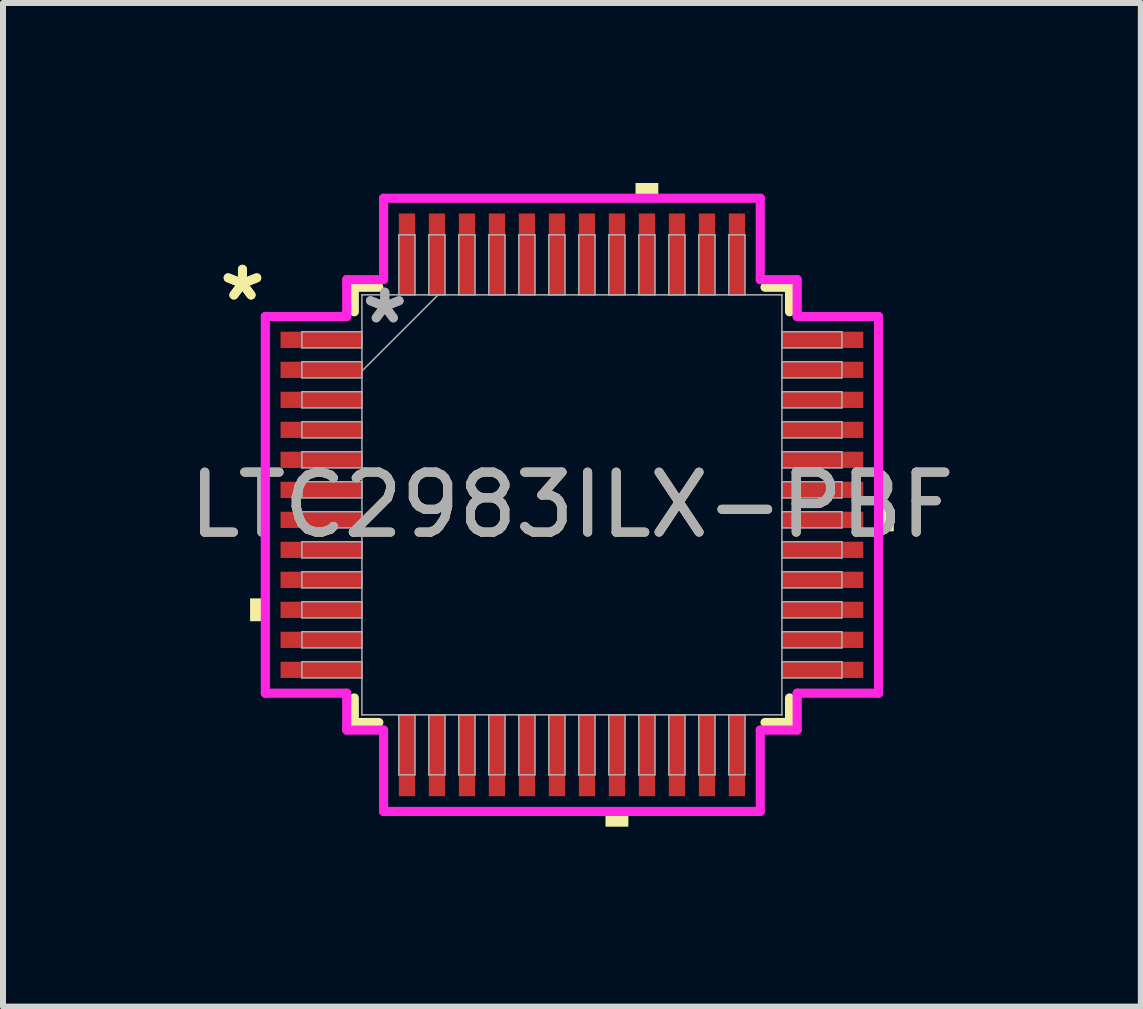
<source format=kicad_pcb>
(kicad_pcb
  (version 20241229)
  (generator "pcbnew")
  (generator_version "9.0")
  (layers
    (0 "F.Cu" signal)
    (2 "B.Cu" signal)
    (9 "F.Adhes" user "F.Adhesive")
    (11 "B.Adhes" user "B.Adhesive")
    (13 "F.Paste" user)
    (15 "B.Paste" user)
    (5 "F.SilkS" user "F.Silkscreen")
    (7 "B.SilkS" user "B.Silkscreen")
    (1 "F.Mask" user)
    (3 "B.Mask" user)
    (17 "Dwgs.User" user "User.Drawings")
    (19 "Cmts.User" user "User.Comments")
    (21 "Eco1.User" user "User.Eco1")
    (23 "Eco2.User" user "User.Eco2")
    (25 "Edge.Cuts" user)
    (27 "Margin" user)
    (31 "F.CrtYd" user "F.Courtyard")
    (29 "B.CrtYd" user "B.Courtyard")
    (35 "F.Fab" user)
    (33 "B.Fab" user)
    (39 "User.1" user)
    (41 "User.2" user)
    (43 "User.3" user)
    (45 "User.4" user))
  (footprint "LTC2983ILX-PBF"
    (layer "F.Cu")
    (at 6.482 5.364)
    (property "Reference" "LTC2983ILX-PBF" (at 0 0 0) (unlocked yes) (layer "F.SilkS") (effects (font (size 1 1) (thickness 0.15))))
    (attr smd)
    (fp_line (start -3.627 -3.627) (end -3.627 -3.218) (stroke (width 0.152) (type solid)) (layer "F.SilkS"))
    (fp_line (start -3.627 3.218) (end -3.627 3.627) (stroke (width 0.152) (type solid)) (layer "F.SilkS"))
    (fp_line (start -3.627 3.627) (end -3.218 3.627) (stroke (width 0.152) (type solid)) (layer "F.SilkS"))
    (fp_line (start -3.218 -3.627) (end -3.627 -3.627) (stroke (width 0.152) (type solid)) (layer "F.SilkS"))
    (fp_line (start 3.218 3.627) (end 3.627 3.627) (stroke (width 0.152) (type solid)) (layer "F.SilkS"))
    (fp_line (start 3.627 -3.627) (end 3.218 -3.627) (stroke (width 0.152) (type solid)) (layer "F.SilkS"))
    (fp_line (start 3.627 -3.218) (end 3.627 -3.627) (stroke (width 0.152) (type solid)) (layer "F.SilkS"))
    (fp_line (start 3.627 3.627) (end 3.627 3.218) (stroke (width 0.152) (type solid)) (layer "F.SilkS"))
    (fp_poly (pts (xy -5.364 1.559) (xy -5.364 1.94) (xy -5.11 1.94) (xy -5.11 1.559)) (stroke (width 0) (type solid)) (fill yes) (layer "F.SilkS"))
    (fp_poly (pts (xy 0.56 5.11) (xy 0.56 5.364) (xy 0.941 5.364) (xy 0.941 5.11)) (stroke (width 0) (type solid)) (fill yes) (layer "F.SilkS"))
    (fp_poly (pts (xy 1.06 -5.11) (xy 1.06 -5.364) (xy 1.44 -5.364) (xy 1.44 -5.11)) (stroke (width 0) (type solid)) (fill yes) (layer "F.SilkS"))
    (fp_poly (pts (xy 5.364 0.059) (xy 5.364 0.441) (xy 5.11 0.441) (xy 5.11 0.059)) (stroke (width 0) (type solid)) (fill yes) (layer "F.SilkS"))
    (fp_line (start -5.11 -3.139) (end -3.754 -3.139) (stroke (width 0.152) (type solid)) (layer "F.CrtYd"))
    (fp_line (start -5.11 3.139) (end -5.11 -3.139) (stroke (width 0.152) (type solid)) (layer "F.CrtYd"))
    (fp_line (start -3.754 -3.754) (end -3.139 -3.754) (stroke (width 0.152) (type solid)) (layer "F.CrtYd"))
    (fp_line (start -3.754 -3.139) (end -3.754 -3.754) (stroke (width 0.152) (type solid)) (layer "F.CrtYd"))
    (fp_line (start -3.754 3.139) (end -5.11 3.139) (stroke (width 0.152) (type solid)) (layer "F.CrtYd"))
    (fp_line (start -3.754 3.754) (end -3.754 3.139) (stroke (width 0.152) (type solid)) (layer "F.CrtYd"))
    (fp_line (start -3.754 3.754) (end -3.139 3.754) (stroke (width 0.152) (type solid)) (layer "F.CrtYd"))
    (fp_line (start -3.139 -5.11) (end 3.139 -5.11) (stroke (width 0.152) (type solid)) (layer "F.CrtYd"))
    (fp_line (start -3.139 -3.754) (end -3.139 -5.11) (stroke (width 0.152) (type solid)) (layer "F.CrtYd"))
    (fp_line (start -3.139 3.754) (end -3.139 5.11) (stroke (width 0.152) (type solid)) (layer "F.CrtYd"))
    (fp_line (start -3.139 5.11) (end 3.139 5.11) (stroke (width 0.152) (type solid)) (layer "F.CrtYd"))
    (fp_line (start 3.139 -5.11) (end 3.139 -3.754) (stroke (width 0.152) (type solid)) (layer "F.CrtYd"))
    (fp_line (start 3.139 -3.754) (end 3.754 -3.754) (stroke (width 0.152) (type solid)) (layer "F.CrtYd"))
    (fp_line (start 3.139 3.754) (end 3.754 3.754) (stroke (width 0.152) (type solid)) (layer "F.CrtYd"))
    (fp_line (start 3.139 5.11) (end 3.139 3.754) (stroke (width 0.152) (type solid)) (layer "F.CrtYd"))
    (fp_line (start 3.754 -3.139) (end 3.754 -3.754) (stroke (width 0.152) (type solid)) (layer "F.CrtYd"))
    (fp_line (start 3.754 3.139) (end 5.11 3.139) (stroke (width 0.152) (type solid)) (layer "F.CrtYd"))
    (fp_line (start 3.754 3.754) (end 3.754 3.139) (stroke (width 0.152) (type solid)) (layer "F.CrtYd"))
    (fp_line (start 5.11 -3.139) (end 3.754 -3.139) (stroke (width 0.152) (type solid)) (layer "F.CrtYd"))
    (fp_line (start 5.11 3.139) (end 5.11 -3.139) (stroke (width 0.152) (type solid)) (layer "F.CrtYd"))
    (fp_line (start -4.5 -2.885) (end -4.5 -2.615) (stroke (width 0.025) (type solid)) (layer "F.Fab"))
    (fp_line (start -4.5 -2.615) (end -3.5 -2.615) (stroke (width 0.025) (type solid)) (layer "F.Fab"))
    (fp_line (start -4.5 -2.385) (end -4.5 -2.115) (stroke (width 0.025) (type solid)) (layer "F.Fab"))
    (fp_line (start -4.5 -2.115) (end -3.5 -2.115) (stroke (width 0.025) (type solid)) (layer "F.Fab"))
    (fp_line (start -4.5 -1.885) (end -4.5 -1.615) (stroke (width 0.025) (type solid)) (layer "F.Fab"))
    (fp_line (start -4.5 -1.615) (end -3.5 -1.615) (stroke (width 0.025) (type solid)) (layer "F.Fab"))
    (fp_line (start -4.5 -1.385) (end -4.5 -1.115) (stroke (width 0.025) (type solid)) (layer "F.Fab"))
    (fp_line (start -4.5 -1.115) (end -3.5 -1.115) (stroke (width 0.025) (type solid)) (layer "F.Fab"))
    (fp_line (start -4.5 -0.885) (end -4.5 -0.615) (stroke (width 0.025) (type solid)) (layer "F.Fab"))
    (fp_line (start -4.5 -0.615) (end -3.5 -0.615) (stroke (width 0.025) (type solid)) (layer "F.Fab"))
    (fp_line (start -4.5 -0.385) (end -4.5 -0.115) (stroke (width 0.025) (type solid)) (layer "F.Fab"))
    (fp_line (start -4.5 -0.115) (end -3.5 -0.115) (stroke (width 0.025) (type solid)) (layer "F.Fab"))
    (fp_line (start -4.5 0.115) (end -4.5 0.385) (stroke (width 0.025) (type solid)) (layer "F.Fab"))
    (fp_line (start -4.5 0.385) (end -3.5 0.385) (stroke (width 0.025) (type solid)) (layer "F.Fab"))
    (fp_line (start -4.5 0.615) (end -4.5 0.885) (stroke (width 0.025) (type solid)) (layer "F.Fab"))
    (fp_line (start -4.5 0.885) (end -3.5 0.885) (stroke (width 0.025) (type solid)) (layer "F.Fab"))
    (fp_line (start -4.5 1.115) (end -4.5 1.385) (stroke (width 0.025) (type solid)) (layer "F.Fab"))
    (fp_line (start -4.5 1.385) (end -3.5 1.385) (stroke (width 0.025) (type solid)) (layer "F.Fab"))
    (fp_line (start -4.5 1.615) (end -4.5 1.885) (stroke (width 0.025) (type solid)) (layer "F.Fab"))
    (fp_line (start -4.5 1.885) (end -3.5 1.885) (stroke (width 0.025) (type solid)) (layer "F.Fab"))
    (fp_line (start -4.5 2.115) (end -4.5 2.385) (stroke (width 0.025) (type solid)) (layer "F.Fab"))
    (fp_line (start -4.5 2.385) (end -3.5 2.385) (stroke (width 0.025) (type solid)) (layer "F.Fab"))
    (fp_line (start -4.5 2.615) (end -4.5 2.885) (stroke (width 0.025) (type solid)) (layer "F.Fab"))
    (fp_line (start -4.5 2.885) (end -3.5 2.885) (stroke (width 0.025) (type solid)) (layer "F.Fab"))
    (fp_line (start -3.5 -3.5) (end -3.5 -3.5) (stroke (width 0.025) (type solid)) (layer "F.Fab"))
    (fp_line (start -3.5 -3.5) (end -3.5 3.5) (stroke (width 0.025) (type solid)) (layer "F.Fab"))
    (fp_line (start -3.5 3.5) (end -3.5 3.5) (stroke (width 0.025) (type solid)) (layer "F.Fab"))
    (fp_line (start -3.5 3.5) (end 3.5 3.5) (stroke (width 0.025) (type solid)) (layer "F.Fab"))
    (fp_line (start -3.5 -2.885) (end -4.5 -2.885) (stroke (width 0.025) (type solid)) (layer "F.Fab"))
    (fp_line (start -3.5 -2.615) (end -3.5 -2.885) (stroke (width 0.025) (type solid)) (layer "F.Fab"))
    (fp_line (start -3.5 -2.385) (end -4.5 -2.385) (stroke (width 0.025) (type solid)) (layer "F.Fab"))
    (fp_line (start -3.5 -2.23) (end -2.23 -3.5) (stroke (width 0.025) (type solid)) (layer "F.Fab"))
    (fp_line (start -3.5 -2.115) (end -3.5 -2.385) (stroke (width 0.025) (type solid)) (layer "F.Fab"))
    (fp_line (start -3.5 -1.885) (end -4.5 -1.885) (stroke (width 0.025) (type solid)) (layer "F.Fab"))
    (fp_line (start -3.5 -1.615) (end -3.5 -1.885) (stroke (width 0.025) (type solid)) (layer "F.Fab"))
    (fp_line (start -3.5 -1.385) (end -4.5 -1.385) (stroke (width 0.025) (type solid)) (layer "F.Fab"))
    (fp_line (start -3.5 -1.115) (end -3.5 -1.385) (stroke (width 0.025) (type solid)) (layer "F.Fab"))
    (fp_line (start -3.5 -0.885) (end -4.5 -0.885) (stroke (width 0.025) (type solid)) (layer "F.Fab"))
    (fp_line (start -3.5 -0.615) (end -3.5 -0.885) (stroke (width 0.025) (type solid)) (layer "F.Fab"))
    (fp_line (start -3.5 -0.385) (end -4.5 -0.385) (stroke (width 0.025) (type solid)) (layer "F.Fab"))
    (fp_line (start -3.5 -0.115) (end -3.5 -0.385) (stroke (width 0.025) (type solid)) (layer "F.Fab"))
    (fp_line (start -3.5 0.115) (end -4.5 0.115) (stroke (width 0.025) (type solid)) (layer "F.Fab"))
    (fp_line (start -3.5 0.385) (end -3.5 0.115) (stroke (width 0.025) (type solid)) (layer "F.Fab"))
    (fp_line (start -3.5 0.615) (end -4.5 0.615) (stroke (width 0.025) (type solid)) (layer "F.Fab"))
    (fp_line (start -3.5 0.885) (end -3.5 0.615) (stroke (width 0.025) (type solid)) (layer "F.Fab"))
    (fp_line (start -3.5 1.115) (end -4.5 1.115) (stroke (width 0.025) (type solid)) (layer "F.Fab"))
    (fp_line (start -3.5 1.385) (end -3.5 1.115) (stroke (width 0.025) (type solid)) (layer "F.Fab"))
    (fp_line (start -3.5 1.615) (end -4.5 1.615) (stroke (width 0.025) (type solid)) (layer "F.Fab"))
    (fp_line (start -3.5 1.885) (end -3.5 1.615) (stroke (width 0.025) (type solid)) (layer "F.Fab"))
    (fp_line (start -3.5 2.115) (end -4.5 2.115) (stroke (width 0.025) (type solid)) (layer "F.Fab"))
    (fp_line (start -3.5 2.385) (end -3.5 2.115) (stroke (width 0.025) (type solid)) (layer "F.Fab"))
    (fp_line (start -3.5 2.615) (end -4.5 2.615) (stroke (width 0.025) (type solid)) (layer "F.Fab"))
    (fp_line (start -3.5 2.885) (end -3.5 2.615) (stroke (width 0.025) (type solid)) (layer "F.Fab"))
    (fp_line (start -2.885 -4.5) (end -2.885 -3.5) (stroke (width 0.025) (type solid)) (layer "F.Fab"))
    (fp_line (start -2.885 -3.5) (end -2.615 -3.5) (stroke (width 0.025) (type solid)) (layer "F.Fab"))
    (fp_line (start -2.885 3.5) (end -2.885 4.5) (stroke (width 0.025) (type solid)) (layer "F.Fab"))
    (fp_line (start -2.885 4.5) (end -2.615 4.5) (stroke (width 0.025) (type solid)) (layer "F.Fab"))
    (fp_line (start -2.615 -4.5) (end -2.885 -4.5) (stroke (width 0.025) (type solid)) (layer "F.Fab"))
    (fp_line (start -2.615 -3.5) (end -2.615 -4.5) (stroke (width 0.025) (type solid)) (layer "F.Fab"))
    (fp_line (start -2.615 3.5) (end -2.885 3.5) (stroke (width 0.025) (type solid)) (layer "F.Fab"))
    (fp_line (start -2.615 4.5) (end -2.615 3.5) (stroke (width 0.025) (type solid)) (layer "F.Fab"))
    (fp_line (start -2.385 -4.5) (end -2.385 -3.5) (stroke (width 0.025) (type solid)) (layer "F.Fab"))
    (fp_line (start -2.385 -3.5) (end -2.115 -3.5) (stroke (width 0.025) (type solid)) (layer "F.Fab"))
    (fp_line (start -2.385 3.5) (end -2.385 4.5) (stroke (width 0.025) (type solid)) (layer "F.Fab"))
    (fp_line (start -2.385 4.5) (end -2.115 4.5) (stroke (width 0.025) (type solid)) (layer "F.Fab"))
    (fp_line (start -2.115 -4.5) (end -2.385 -4.5) (stroke (width 0.025) (type solid)) (layer "F.Fab"))
    (fp_line (start -2.115 -3.5) (end -2.115 -4.5) (stroke (width 0.025) (type solid)) (layer "F.Fab"))
    (fp_line (start -2.115 3.5) (end -2.385 3.5) (stroke (width 0.025) (type solid)) (layer "F.Fab"))
    (fp_line (start -2.115 4.5) (end -2.115 3.5) (stroke (width 0.025) (type solid)) (layer "F.Fab"))
    (fp_line (start -1.885 -4.5) (end -1.885 -3.5) (stroke (width 0.025) (type solid)) (layer "F.Fab"))
    (fp_line (start -1.885 -3.5) (end -1.615 -3.5) (stroke (width 0.025) (type solid)) (layer "F.Fab"))
    (fp_line (start -1.885 3.5) (end -1.885 4.5) (stroke (width 0.025) (type solid)) (layer "F.Fab"))
    (fp_line (start -1.885 4.5) (end -1.615 4.5) (stroke (width 0.025) (type solid)) (layer "F.Fab"))
    (fp_line (start -1.615 -4.5) (end -1.885 -4.5) (stroke (width 0.025) (type solid)) (layer "F.Fab"))
    (fp_line (start -1.615 -3.5) (end -1.615 -4.5) (stroke (width 0.025) (type solid)) (layer "F.Fab"))
    (fp_line (start -1.615 3.5) (end -1.885 3.5) (stroke (width 0.025) (type solid)) (layer "F.Fab"))
    (fp_line (start -1.615 4.5) (end -1.615 3.5) (stroke (width 0.025) (type solid)) (layer "F.Fab"))
    (fp_line (start -1.385 -4.5) (end -1.385 -3.5) (stroke (width 0.025) (type solid)) (layer "F.Fab"))
    (fp_line (start -1.385 -3.5) (end -1.115 -3.5) (stroke (width 0.025) (type solid)) (layer "F.Fab"))
    (fp_line (start -1.385 3.5) (end -1.385 4.5) (stroke (width 0.025) (type solid)) (layer "F.Fab"))
    (fp_line (start -1.385 4.5) (end -1.115 4.5) (stroke (width 0.025) (type solid)) (layer "F.Fab"))
    (fp_line (start -1.115 -4.5) (end -1.385 -4.5) (stroke (width 0.025) (type solid)) (layer "F.Fab"))
    (fp_line (start -1.115 -3.5) (end -1.115 -4.5) (stroke (width 0.025) (type solid)) (layer "F.Fab"))
    (fp_line (start -1.115 3.5) (end -1.385 3.5) (stroke (width 0.025) (type solid)) (layer "F.Fab"))
    (fp_line (start -1.115 4.5) (end -1.115 3.5) (stroke (width 0.025) (type solid)) (layer "F.Fab"))
    (fp_line (start -0.885 -4.5) (end -0.885 -3.5) (stroke (width 0.025) (type solid)) (layer "F.Fab"))
    (fp_line (start -0.885 -3.5) (end -0.615 -3.5) (stroke (width 0.025) (type solid)) (layer "F.Fab"))
    (fp_line (start -0.885 3.5) (end -0.885 4.5) (stroke (width 0.025) (type solid)) (layer "F.Fab"))
    (fp_line (start -0.885 4.5) (end -0.615 4.5) (stroke (width 0.025) (type solid)) (layer "F.Fab"))
    (fp_line (start -0.615 -4.5) (end -0.885 -4.5) (stroke (width 0.025) (type solid)) (layer "F.Fab"))
    (fp_line (start -0.615 -3.5) (end -0.615 -4.5) (stroke (width 0.025) (type solid)) (layer "F.Fab"))
    (fp_line (start -0.615 3.5) (end -0.885 3.5) (stroke (width 0.025) (type solid)) (layer "F.Fab"))
    (fp_line (start -0.615 4.5) (end -0.615 3.5) (stroke (width 0.025) (type solid)) (layer "F.Fab"))
    (fp_line (start -0.385 -4.5) (end -0.385 -3.5) (stroke (width 0.025) (type solid)) (layer "F.Fab"))
    (fp_line (start -0.385 -3.5) (end -0.115 -3.5) (stroke (width 0.025) (type solid)) (layer "F.Fab"))
    (fp_line (start -0.385 3.5) (end -0.385 4.5) (stroke (width 0.025) (type solid)) (layer "F.Fab"))
    (fp_line (start -0.385 4.5) (end -0.115 4.5) (stroke (width 0.025) (type solid)) (layer "F.Fab"))
    (fp_line (start -0.115 -4.5) (end -0.385 -4.5) (stroke (width 0.025) (type solid)) (layer "F.Fab"))
    (fp_line (start -0.115 -3.5) (end -0.115 -4.5) (stroke (width 0.025) (type solid)) (layer "F.Fab"))
    (fp_line (start -0.115 3.5) (end -0.385 3.5) (stroke (width 0.025) (type solid)) (layer "F.Fab"))
    (fp_line (start -0.115 4.5) (end -0.115 3.5) (stroke (width 0.025) (type solid)) (layer "F.Fab"))
    (fp_line (start 0.115 -4.5) (end 0.115 -3.5) (stroke (width 0.025) (type solid)) (layer "F.Fab"))
    (fp_line (start 0.115 -3.5) (end 0.385 -3.5) (stroke (width 0.025) (type solid)) (layer "F.Fab"))
    (fp_line (start 0.115 3.5) (end 0.115 4.5) (stroke (width 0.025) (type solid)) (layer "F.Fab"))
    (fp_line (start 0.115 4.5) (end 0.385 4.5) (stroke (width 0.025) (type solid)) (layer "F.Fab"))
    (fp_line (start 0.385 -4.5) (end 0.115 -4.5) (stroke (width 0.025) (type solid)) (layer "F.Fab"))
    (fp_line (start 0.385 -3.5) (end 0.385 -4.5) (stroke (width 0.025) (type solid)) (layer "F.Fab"))
    (fp_line (start 0.385 3.5) (end 0.115 3.5) (stroke (width 0.025) (type solid)) (layer "F.Fab"))
    (fp_line (start 0.385 4.5) (end 0.385 3.5) (stroke (width 0.025) (type solid)) (layer "F.Fab"))
    (fp_line (start 0.615 -4.5) (end 0.615 -3.5) (stroke (width 0.025) (type solid)) (layer "F.Fab"))
    (fp_line (start 0.615 -3.5) (end 0.885 -3.5) (stroke (width 0.025) (type solid)) (layer "F.Fab"))
    (fp_line (start 0.615 3.5) (end 0.615 4.5) (stroke (width 0.025) (type solid)) (layer "F.Fab"))
    (fp_line (start 0.615 4.5) (end 0.885 4.5) (stroke (width 0.025) (type solid)) (layer "F.Fab"))
    (fp_line (start 0.885 -4.5) (end 0.615 -4.5) (stroke (width 0.025) (type solid)) (layer "F.Fab"))
    (fp_line (start 0.885 -3.5) (end 0.885 -4.5) (stroke (width 0.025) (type solid)) (layer "F.Fab"))
    (fp_line (start 0.885 3.5) (end 0.615 3.5) (stroke (width 0.025) (type solid)) (layer "F.Fab"))
    (fp_line (start 0.885 4.5) (end 0.885 3.5) (stroke (width 0.025) (type solid)) (layer "F.Fab"))
    (fp_line (start 1.115 -4.5) (end 1.115 -3.5) (stroke (width 0.025) (type solid)) (layer "F.Fab"))
    (fp_line (start 1.115 -3.5) (end 1.385 -3.5) (stroke (width 0.025) (type solid)) (layer "F.Fab"))
    (fp_line (start 1.115 3.5) (end 1.115 4.5) (stroke (width 0.025) (type solid)) (layer "F.Fab"))
    (fp_line (start 1.115 4.5) (end 1.385 4.5) (stroke (width 0.025) (type solid)) (layer "F.Fab"))
    (fp_line (start 1.385 -4.5) (end 1.115 -4.5) (stroke (width 0.025) (type solid)) (layer "F.Fab"))
    (fp_line (start 1.385 -3.5) (end 1.385 -4.5) (stroke (width 0.025) (type solid)) (layer "F.Fab"))
    (fp_line (start 1.385 3.5) (end 1.115 3.5) (stroke (width 0.025) (type solid)) (layer "F.Fab"))
    (fp_line (start 1.385 4.5) (end 1.385 3.5) (stroke (width 0.025) (type solid)) (layer "F.Fab"))
    (fp_line (start 1.615 -4.5) (end 1.615 -3.5) (stroke (width 0.025) (type solid)) (layer "F.Fab"))
    (fp_line (start 1.615 -3.5) (end 1.885 -3.5) (stroke (width 0.025) (type solid)) (layer "F.Fab"))
    (fp_line (start 1.615 3.5) (end 1.615 4.5) (stroke (width 0.025) (type solid)) (layer "F.Fab"))
    (fp_line (start 1.615 4.5) (end 1.885 4.5) (stroke (width 0.025) (type solid)) (layer "F.Fab"))
    (fp_line (start 1.885 -4.5) (end 1.615 -4.5) (stroke (width 0.025) (type solid)) (layer "F.Fab"))
    (fp_line (start 1.885 -3.5) (end 1.885 -4.5) (stroke (width 0.025) (type solid)) (layer "F.Fab"))
    (fp_line (start 1.885 3.5) (end 1.615 3.5) (stroke (width 0.025) (type solid)) (layer "F.Fab"))
    (fp_line (start 1.885 4.5) (end 1.885 3.5) (stroke (width 0.025) (type solid)) (layer "F.Fab"))
    (fp_line (start 2.115 -4.5) (end 2.115 -3.5) (stroke (width 0.025) (type solid)) (layer "F.Fab"))
    (fp_line (start 2.115 -3.5) (end 2.385 -3.5) (stroke (width 0.025) (type solid)) (layer "F.Fab"))
    (fp_line (start 2.115 3.5) (end 2.115 4.5) (stroke (width 0.025) (type solid)) (layer "F.Fab"))
    (fp_line (start 2.115 4.5) (end 2.385 4.5) (stroke (width 0.025) (type solid)) (layer "F.Fab"))
    (fp_line (start 2.385 -4.5) (end 2.115 -4.5) (stroke (width 0.025) (type solid)) (layer "F.Fab"))
    (fp_line (start 2.385 -3.5) (end 2.385 -4.5) (stroke (width 0.025) (type solid)) (layer "F.Fab"))
    (fp_line (start 2.385 3.5) (end 2.115 3.5) (stroke (width 0.025) (type solid)) (layer "F.Fab"))
    (fp_line (start 2.385 4.5) (end 2.385 3.5) (stroke (width 0.025) (type solid)) (layer "F.Fab"))
    (fp_line (start 2.615 -4.5) (end 2.615 -3.5) (stroke (width 0.025) (type solid)) (layer "F.Fab"))
    (fp_line (start 2.615 -3.5) (end 2.885 -3.5) (stroke (width 0.025) (type solid)) (layer "F.Fab"))
    (fp_line (start 2.615 3.5) (end 2.615 4.5) (stroke (width 0.025) (type solid)) (layer "F.Fab"))
    (fp_line (start 2.615 4.5) (end 2.885 4.5) (stroke (width 0.025) (type solid)) (layer "F.Fab"))
    (fp_line (start 2.885 -4.5) (end 2.615 -4.5) (stroke (width 0.025) (type solid)) (layer "F.Fab"))
    (fp_line (start 2.885 -3.5) (end 2.885 -4.5) (stroke (width 0.025) (type solid)) (layer "F.Fab"))
    (fp_line (start 2.885 3.5) (end 2.615 3.5) (stroke (width 0.025) (type solid)) (layer "F.Fab"))
    (fp_line (start 2.885 4.5) (end 2.885 3.5) (stroke (width 0.025) (type solid)) (layer "F.Fab"))
    (fp_line (start 3.5 -2.885) (end 3.5 -2.615) (stroke (width 0.025) (type solid)) (layer "F.Fab"))
    (fp_line (start 3.5 -2.615) (end 4.5 -2.615) (stroke (width 0.025) (type solid)) (layer "F.Fab"))
    (fp_line (start 3.5 -2.385) (end 3.5 -2.115) (stroke (width 0.025) (type solid)) (layer "F.Fab"))
    (fp_line (start 3.5 -2.115) (end 4.5 -2.115) (stroke (width 0.025) (type solid)) (layer "F.Fab"))
    (fp_line (start 3.5 -1.885) (end 3.5 -1.615) (stroke (width 0.025) (type solid)) (layer "F.Fab"))
    (fp_line (start 3.5 -1.615) (end 4.5 -1.615) (stroke (width 0.025) (type solid)) (layer "F.Fab"))
    (fp_line (start 3.5 -1.385) (end 3.5 -1.115) (stroke (width 0.025) (type solid)) (layer "F.Fab"))
    (fp_line (start 3.5 -1.115) (end 4.5 -1.115) (stroke (width 0.025) (type solid)) (layer "F.Fab"))
    (fp_line (start 3.5 -0.885) (end 3.5 -0.615) (stroke (width 0.025) (type solid)) (layer "F.Fab"))
    (fp_line (start 3.5 -0.615) (end 4.5 -0.615) (stroke (width 0.025) (type solid)) (layer "F.Fab"))
    (fp_line (start 3.5 -0.385) (end 3.5 -0.115) (stroke (width 0.025) (type solid)) (layer "F.Fab"))
    (fp_line (start 3.5 -0.115) (end 4.5 -0.115) (stroke (width 0.025) (type solid)) (layer "F.Fab"))
    (fp_line (start 3.5 0.115) (end 3.5 0.385) (stroke (width 0.025) (type solid)) (layer "F.Fab"))
    (fp_line (start 3.5 0.385) (end 4.5 0.385) (stroke (width 0.025) (type solid)) (layer "F.Fab"))
    (fp_line (start 3.5 0.615) (end 3.5 0.885) (stroke (width 0.025) (type solid)) (layer "F.Fab"))
    (fp_line (start 3.5 0.885) (end 4.5 0.885) (stroke (width 0.025) (type solid)) (layer "F.Fab"))
    (fp_line (start 3.5 1.115) (end 3.5 1.385) (stroke (width 0.025) (type solid)) (layer "F.Fab"))
    (fp_line (start 3.5 1.385) (end 4.5 1.385) (stroke (width 0.025) (type solid)) (layer "F.Fab"))
    (fp_line (start 3.5 1.615) (end 3.5 1.885) (stroke (width 0.025) (type solid)) (layer "F.Fab"))
    (fp_line (start 3.5 1.885) (end 4.5 1.885) (stroke (width 0.025) (type solid)) (layer "F.Fab"))
    (fp_line (start 3.5 2.115) (end 3.5 2.385) (stroke (width 0.025) (type solid)) (layer "F.Fab"))
    (fp_line (start 3.5 2.385) (end 4.5 2.385) (stroke (width 0.025) (type solid)) (layer "F.Fab"))
    (fp_line (start 3.5 2.615) (end 3.5 2.885) (stroke (width 0.025) (type solid)) (layer "F.Fab"))
    (fp_line (start 3.5 2.885) (end 4.5 2.885) (stroke (width 0.025) (type solid)) (layer "F.Fab"))
    (fp_line (start 3.5 -3.5) (end -3.5 -3.5) (stroke (width 0.025) (type solid)) (layer "F.Fab"))
    (fp_line (start 3.5 -3.5) (end 3.5 -3.5) (stroke (width 0.025) (type solid)) (layer "F.Fab"))
    (fp_line (start 3.5 3.5) (end 3.5 -3.5) (stroke (width 0.025) (type solid)) (layer "F.Fab"))
    (fp_line (start 3.5 3.5) (end 3.5 3.5) (stroke (width 0.025) (type solid)) (layer "F.Fab"))
    (fp_line (start 4.5 -2.885) (end 3.5 -2.885) (stroke (width 0.025) (type solid)) (layer "F.Fab"))
    (fp_line (start 4.5 -2.615) (end 4.5 -2.885) (stroke (width 0.025) (type solid)) (layer "F.Fab"))
    (fp_line (start 4.5 -2.385) (end 3.5 -2.385) (stroke (width 0.025) (type solid)) (layer "F.Fab"))
    (fp_line (start 4.5 -2.115) (end 4.5 -2.385) (stroke (width 0.025) (type solid)) (layer "F.Fab"))
    (fp_line (start 4.5 -1.885) (end 3.5 -1.885) (stroke (width 0.025) (type solid)) (layer "F.Fab"))
    (fp_line (start 4.5 -1.615) (end 4.5 -1.885) (stroke (width 0.025) (type solid)) (layer "F.Fab"))
    (fp_line (start 4.5 -1.385) (end 3.5 -1.385) (stroke (width 0.025) (type solid)) (layer "F.Fab"))
    (fp_line (start 4.5 -1.115) (end 4.5 -1.385) (stroke (width 0.025) (type solid)) (layer "F.Fab"))
    (fp_line (start 4.5 -0.885) (end 3.5 -0.885) (stroke (width 0.025) (type solid)) (layer "F.Fab"))
    (fp_line (start 4.5 -0.615) (end 4.5 -0.885) (stroke (width 0.025) (type solid)) (layer "F.Fab"))
    (fp_line (start 4.5 -0.385) (end 3.5 -0.385) (stroke (width 0.025) (type solid)) (layer "F.Fab"))
    (fp_line (start 4.5 -0.115) (end 4.5 -0.385) (stroke (width 0.025) (type solid)) (layer "F.Fab"))
    (fp_line (start 4.5 0.115) (end 3.5 0.115) (stroke (width 0.025) (type solid)) (layer "F.Fab"))
    (fp_line (start 4.5 0.385) (end 4.5 0.115) (stroke (width 0.025) (type solid)) (layer "F.Fab"))
    (fp_line (start 4.5 0.615) (end 3.5 0.615) (stroke (width 0.025) (type solid)) (layer "F.Fab"))
    (fp_line (start 4.5 0.885) (end 4.5 0.615) (stroke (width 0.025) (type solid)) (layer "F.Fab"))
    (fp_line (start 4.5 1.115) (end 3.5 1.115) (stroke (width 0.025) (type solid)) (layer "F.Fab"))
    (fp_line (start 4.5 1.385) (end 4.5 1.115) (stroke (width 0.025) (type solid)) (layer "F.Fab"))
    (fp_line (start 4.5 1.615) (end 3.5 1.615) (stroke (width 0.025) (type solid)) (layer "F.Fab"))
    (fp_line (start 4.5 1.885) (end 4.5 1.615) (stroke (width 0.025) (type solid)) (layer "F.Fab"))
    (fp_line (start 4.5 2.115) (end 3.5 2.115) (stroke (width 0.025) (type solid)) (layer "F.Fab"))
    (fp_line (start 4.5 2.385) (end 4.5 2.115) (stroke (width 0.025) (type solid)) (layer "F.Fab"))
    (fp_line (start 4.5 2.615) (end 3.5 2.615) (stroke (width 0.025) (type solid)) (layer "F.Fab"))
    (fp_line (start 4.5 2.885) (end 4.5 2.615) (stroke (width 0.025) (type solid)) (layer "F.Fab"))
    (fp_text user "*" (at -5.491 -3.381 0) (unlocked yes) (layer "F.SilkS") (effects (font (size 1 1) (thickness 0.15))))
    (fp_text user "*" (at -5.491 -3.381 0) (layer "F.SilkS") (effects (font (size 1 1) (thickness 0.15))))
    (fp_text user "${REFERENCE}" (at 0 0 0) (unlocked yes) (layer "F.Fab") (effects (font (size 1 1) (thickness 0.15))))
    (fp_text user "*" (at -3.119 -3 0) (unlocked yes) (layer "F.Fab") (effects (font (size 1 1) (thickness 0.15))))
    (fp_text user "*" (at -3.119 -3 0) (layer "F.Fab") (effects (font (size 1 1) (thickness 0.15))))
    (pad "1" smd rect (at -4.178 -2.75 90) (size 0.27 1.356) (layers "F.Cu" "F.Mask" "F.Paste"))
    (pad "2" smd rect (at -4.178 -2.25 90) (size 0.27 1.356) (layers "F.Cu" "F.Mask" "F.Paste"))
    (pad "3" smd rect (at -4.178 -1.75 90) (size 0.27 1.356) (layers "F.Cu" "F.Mask" "F.Paste"))
    (pad "4" smd rect (at -4.178 -1.25 90) (size 0.27 1.356) (layers "F.Cu" "F.Mask" "F.Paste"))
    (pad "5" smd rect (at -4.178 -0.75 90) (size 0.27 1.356) (layers "F.Cu" "F.Mask" "F.Paste"))
    (pad "6" smd rect (at -4.178 -0.25 90) (size 0.27 1.356) (layers "F.Cu" "F.Mask" "F.Paste"))
    (pad "7" smd rect (at -4.178 0.25 90) (size 0.27 1.356) (layers "F.Cu" "F.Mask" "F.Paste"))
    (pad "8" smd rect (at -4.178 0.75 90) (size 0.27 1.356) (layers "F.Cu" "F.Mask" "F.Paste"))
    (pad "9" smd rect (at -4.178 1.25 90) (size 0.27 1.356) (layers "F.Cu" "F.Mask" "F.Paste"))
    (pad "10" smd rect (at -4.178 1.75 90) (size 0.27 1.356) (layers "F.Cu" "F.Mask" "F.Paste"))
    (pad "11" smd rect (at -4.178 2.25 90) (size 0.27 1.356) (layers "F.Cu" "F.Mask" "F.Paste"))
    (pad "12" smd rect (at -4.178 2.75 90) (size 0.27 1.356) (layers "F.Cu" "F.Mask" "F.Paste"))
    (pad "13" smd rect (at -2.75 4.178) (size 0.27 1.356) (layers "F.Cu" "F.Mask" "F.Paste"))
    (pad "14" smd rect (at -2.25 4.178) (size 0.27 1.356) (layers "F.Cu" "F.Mask" "F.Paste"))
    (pad "15" smd rect (at -1.75 4.178) (size 0.27 1.356) (layers "F.Cu" "F.Mask" "F.Paste"))
    (pad "16" smd rect (at -1.25 4.178) (size 0.27 1.356) (layers "F.Cu" "F.Mask" "F.Paste"))
    (pad "17" smd rect (at -0.75 4.178) (size 0.27 1.356) (layers "F.Cu" "F.Mask" "F.Paste"))
    (pad "18" smd rect (at -0.25 4.178) (size 0.27 1.356) (layers "F.Cu" "F.Mask" "F.Paste"))
    (pad "19" smd rect (at 0.25 4.178) (size 0.27 1.356) (layers "F.Cu" "F.Mask" "F.Paste"))
    (pad "20" smd rect (at 0.75 4.178) (size 0.27 1.356) (layers "F.Cu" "F.Mask" "F.Paste"))
    (pad "21" smd rect (at 1.25 4.178) (size 0.27 1.356) (layers "F.Cu" "F.Mask" "F.Paste"))
    (pad "22" smd rect (at 1.75 4.178) (size 0.27 1.356) (layers "F.Cu" "F.Mask" "F.Paste"))
    (pad "23" smd rect (at 2.25 4.178) (size 0.27 1.356) (layers "F.Cu" "F.Mask" "F.Paste"))
    (pad "24" smd rect (at 2.75 4.178) (size 0.27 1.356) (layers "F.Cu" "F.Mask" "F.Paste"))
    (pad "25" smd rect (at 4.178 2.75 90) (size 0.27 1.356) (layers "F.Cu" "F.Mask" "F.Paste"))
    (pad "26" smd rect (at 4.178 2.25 90) (size 0.27 1.356) (layers "F.Cu" "F.Mask" "F.Paste"))
    (pad "27" smd rect (at 4.178 1.75 90) (size 0.27 1.356) (layers "F.Cu" "F.Mask" "F.Paste"))
    (pad "28" smd rect (at 4.178 1.25 90) (size 0.27 1.356) (layers "F.Cu" "F.Mask" "F.Paste"))
    (pad "29" smd rect (at 4.178 0.75 90) (size 0.27 1.356) (layers "F.Cu" "F.Mask" "F.Paste"))
    (pad "30" smd rect (at 4.178 0.25 90) (size 0.27 1.356) (layers "F.Cu" "F.Mask" "F.Paste"))
    (pad "31" smd rect (at 4.178 -0.25 90) (size 0.27 1.356) (layers "F.Cu" "F.Mask" "F.Paste"))
    (pad "32" smd rect (at 4.178 -0.75 90) (size 0.27 1.356) (layers "F.Cu" "F.Mask" "F.Paste"))
    (pad "33" smd rect (at 4.178 -1.25 90) (size 0.27 1.356) (layers "F.Cu" "F.Mask" "F.Paste"))
    (pad "34" smd rect (at 4.178 -1.75 90) (size 0.27 1.356) (layers "F.Cu" "F.Mask" "F.Paste"))
    (pad "35" smd rect (at 4.178 -2.25 90) (size 0.27 1.356) (layers "F.Cu" "F.Mask" "F.Paste"))
    (pad "36" smd rect (at 4.178 -2.75 90) (size 0.27 1.356) (layers "F.Cu" "F.Mask" "F.Paste"))
    (pad "37" smd rect (at 2.75 -4.178) (size 0.27 1.356) (layers "F.Cu" "F.Mask" "F.Paste"))
    (pad "38" smd rect (at 2.25 -4.178) (size 0.27 1.356) (layers "F.Cu" "F.Mask" "F.Paste"))
    (pad "39" smd rect (at 1.75 -4.178) (size 0.27 1.356) (layers "F.Cu" "F.Mask" "F.Paste"))
    (pad "40" smd rect (at 1.25 -4.178) (size 0.27 1.356) (layers "F.Cu" "F.Mask" "F.Paste"))
    (pad "41" smd rect (at 0.75 -4.178) (size 0.27 1.356) (layers "F.Cu" "F.Mask" "F.Paste"))
    (pad "42" smd rect (at 0.25 -4.178) (size 0.27 1.356) (layers "F.Cu" "F.Mask" "F.Paste"))
    (pad "43" smd rect (at -0.25 -4.178) (size 0.27 1.356) (layers "F.Cu" "F.Mask" "F.Paste"))
    (pad "44" smd rect (at -0.75 -4.178) (size 0.27 1.356) (layers "F.Cu" "F.Mask" "F.Paste"))
    (pad "45" smd rect (at -1.25 -4.178) (size 0.27 1.356) (layers "F.Cu" "F.Mask" "F.Paste"))
    (pad "46" smd rect (at -1.75 -4.178) (size 0.27 1.356) (layers "F.Cu" "F.Mask" "F.Paste"))
    (pad "47" smd rect (at -2.25 -4.178) (size 0.27 1.356) (layers "F.Cu" "F.Mask" "F.Paste"))
    (pad "48" smd rect (at -2.75 -4.178) (size 0.27 1.356) (layers "F.Cu" "F.Mask" "F.Paste")))
  (gr_rect
    (start -3 -3)
    (end 15.964 13.727)
    (stroke (width 0.1) (type default))
    (fill no)
    (layer "Edge.Cuts")))
</source>
